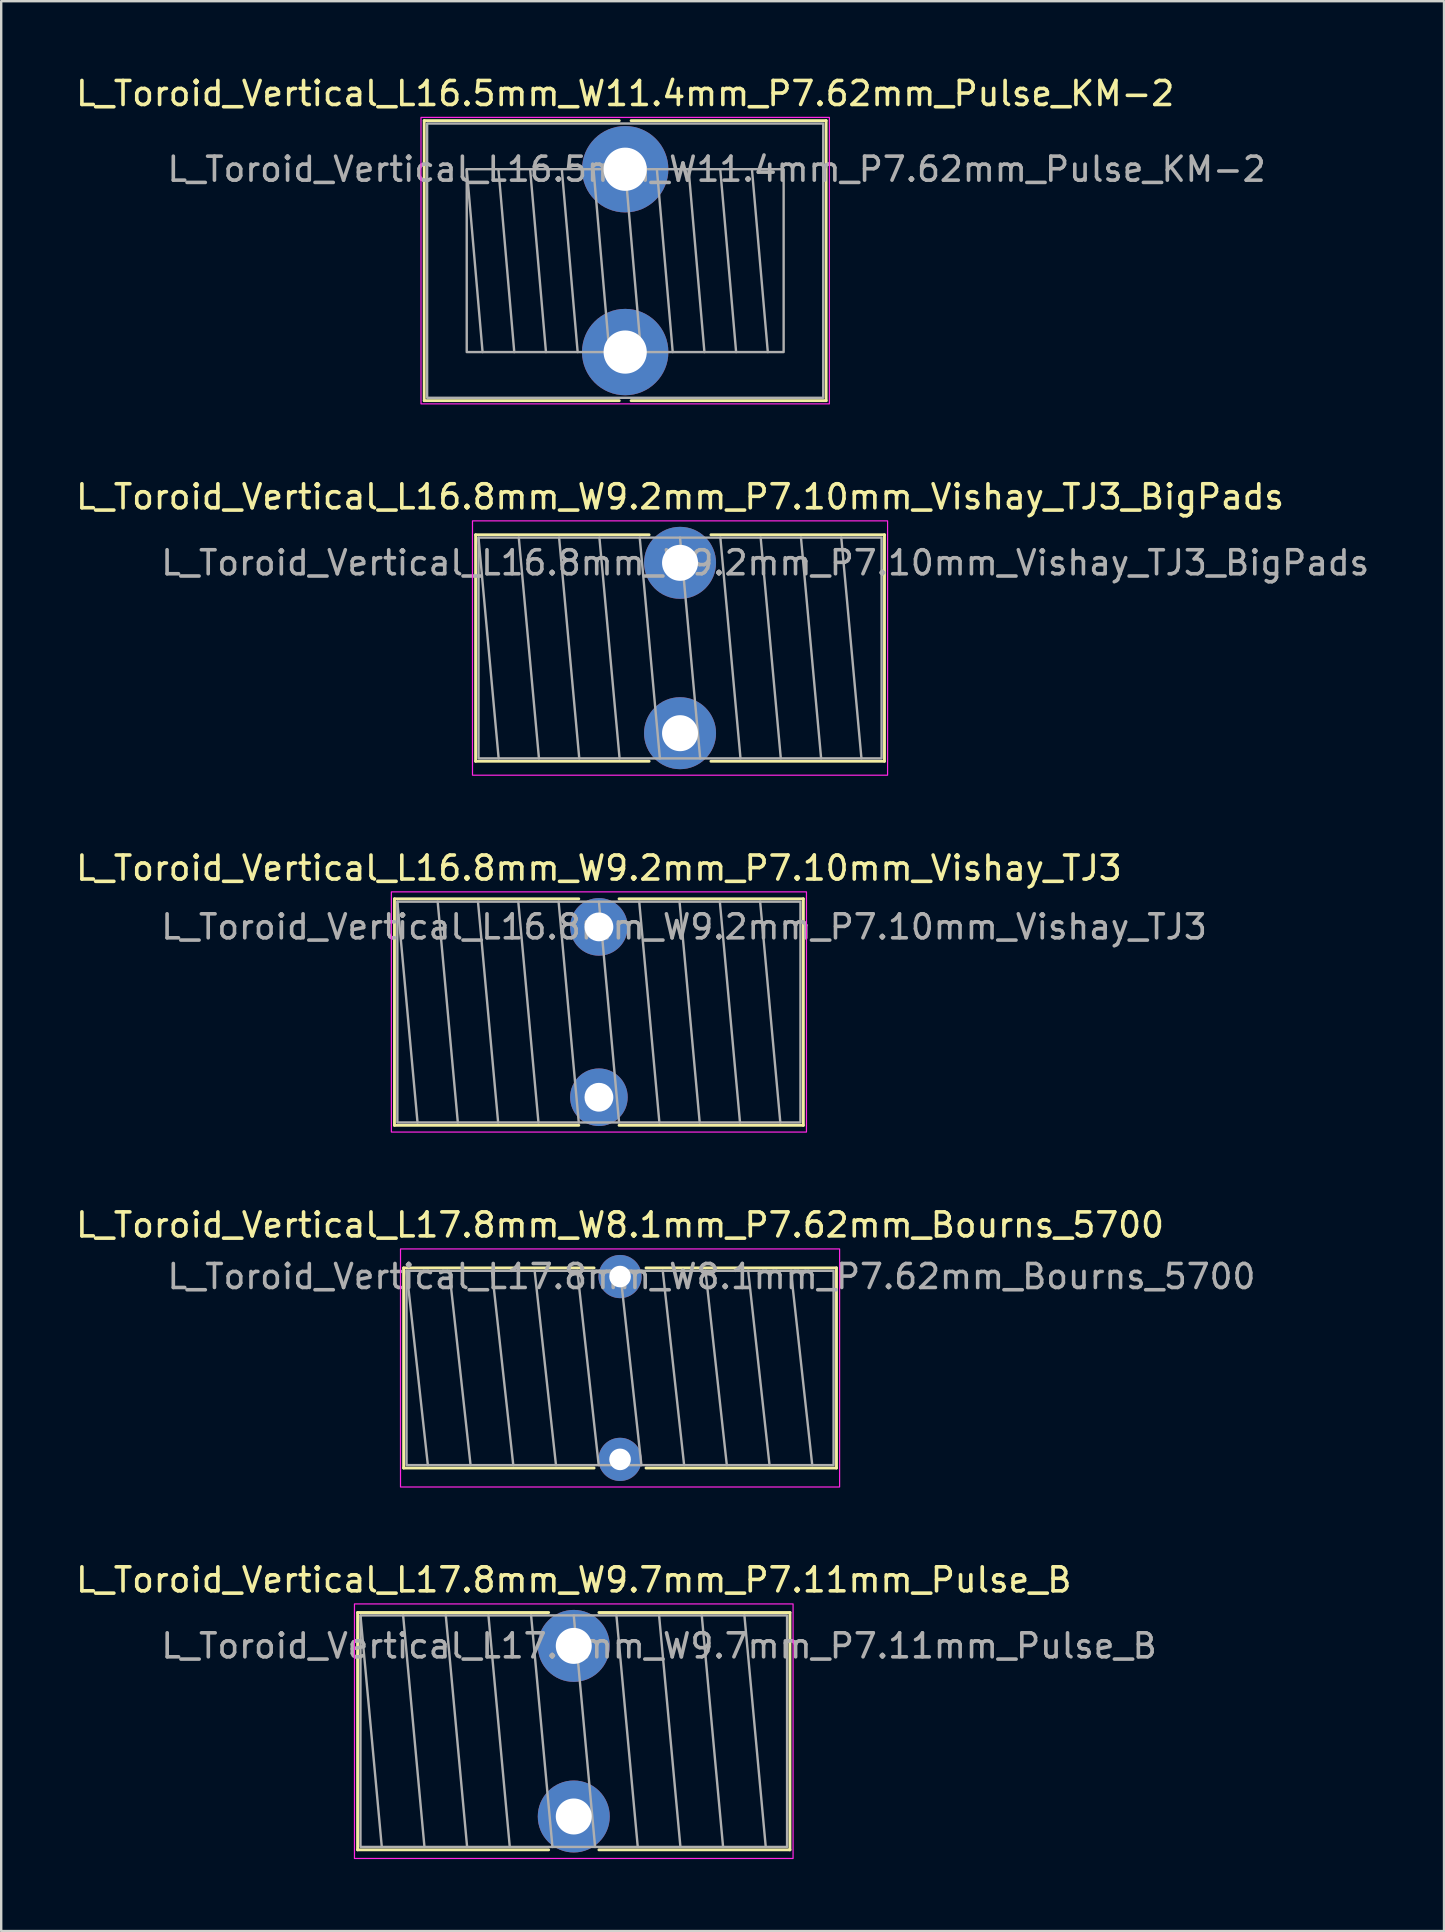
<source format=kicad_pcb>
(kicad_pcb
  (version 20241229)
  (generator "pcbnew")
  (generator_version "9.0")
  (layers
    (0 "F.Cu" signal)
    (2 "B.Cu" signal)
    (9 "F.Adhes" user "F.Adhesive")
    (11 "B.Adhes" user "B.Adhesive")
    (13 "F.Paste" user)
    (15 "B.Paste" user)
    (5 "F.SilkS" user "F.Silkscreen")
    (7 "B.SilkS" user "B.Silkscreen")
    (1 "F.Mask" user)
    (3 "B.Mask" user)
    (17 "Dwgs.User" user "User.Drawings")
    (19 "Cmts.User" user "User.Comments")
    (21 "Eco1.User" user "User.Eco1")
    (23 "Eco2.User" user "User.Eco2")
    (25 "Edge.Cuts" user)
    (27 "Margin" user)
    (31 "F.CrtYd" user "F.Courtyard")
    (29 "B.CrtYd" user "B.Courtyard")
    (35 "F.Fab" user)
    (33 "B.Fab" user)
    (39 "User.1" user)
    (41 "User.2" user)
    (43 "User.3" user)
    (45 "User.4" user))
  (footprint "L_Toroid_Vertical_L16.8mm_W9.2mm_P7.10mm_Vishay_TJ3"
    (layer "F.Cu")
    (at 21.911 35.58)
    (property "Reference" "L_Toroid_Vertical_L16.8mm_W9.2mm_P7.10mm_Vishay_TJ3" (at 0 -2.45 0) (layer "F.SilkS") (effects (font (size 1 1) (thickness 0.15))))
    (attr through_hole)
    (fp_line (start -8.52 -1.17) (end -0.839 -1.17) (stroke (width 0.12) (type solid)) (layer "F.SilkS"))
    (fp_line (start -8.52 8.27) (end -8.52 -1.17) (stroke (width 0.12) (type solid)) (layer "F.SilkS"))
    (fp_line (start -0.839 8.27) (end -8.52 8.27) (stroke (width 0.12) (type solid)) (layer "F.SilkS"))
    (fp_line (start 0.839 -1.17) (end 8.52 -1.17) (stroke (width 0.12) (type solid)) (layer "F.SilkS"))
    (fp_line (start 8.52 -1.17) (end 8.52 8.27) (stroke (width 0.12) (type solid)) (layer "F.SilkS"))
    (fp_line (start 8.52 8.27) (end 0.839 8.27) (stroke (width 0.12) (type solid)) (layer "F.SilkS"))
    (fp_rect (start -8.65 -1.46) (end 8.65 8.55) (stroke (width 0.05) (type solid)) (fill no) (layer "F.CrtYd"))
    (fp_line (start -8.4 -1.05) (end -7.56 8.15) (stroke (width 0.1) (type solid)) (layer "F.Fab"))
    (fp_line (start -6.72 -1.05) (end -5.88 8.15) (stroke (width 0.1) (type solid)) (layer "F.Fab"))
    (fp_line (start -5.04 -1.05) (end -4.2 8.15) (stroke (width 0.1) (type solid)) (layer "F.Fab"))
    (fp_line (start -3.36 -1.05) (end -2.52 8.15) (stroke (width 0.1) (type solid)) (layer "F.Fab"))
    (fp_line (start -1.68 -1.05) (end -0.84 8.15) (stroke (width 0.1) (type solid)) (layer "F.Fab"))
    (fp_line (start 0 -1.05) (end 0.84 8.15) (stroke (width 0.1) (type solid)) (layer "F.Fab"))
    (fp_line (start 1.68 -1.05) (end 2.52 8.15) (stroke (width 0.1) (type solid)) (layer "F.Fab"))
    (fp_line (start 3.36 -1.05) (end 4.2 8.15) (stroke (width 0.1) (type solid)) (layer "F.Fab"))
    (fp_line (start 5.04 -1.05) (end 5.88 8.15) (stroke (width 0.1) (type solid)) (layer "F.Fab"))
    (fp_line (start 6.72 -1.05) (end 7.56 8.15) (stroke (width 0.1) (type solid)) (layer "F.Fab"))
    (fp_rect (start -8.4 -1.05) (end 8.4 8.15) (stroke (width 0.1) (type solid)) (fill no) (layer "F.Fab"))
    (fp_text user "${REFERENCE}" (at 3.55 0 0) (layer "F.Fab") (effects (font (size 1 1) (thickness 0.15))))
    (pad "1" thru_hole circle (at 0 0) (size 2.4 2.4) (drill 1.2) (layers "*.Cu" "*.Mask"))
    (pad "2" thru_hole circle (at 0 7.1) (size 2.4 2.4) (drill 1.2) (layers "*.Cu" "*.Mask")))
  (footprint "L_Toroid_Vertical_L17.8mm_W8.1mm_P7.62mm_Bourns_5700"
    (layer "F.Cu")
    (at 22.792 50.153)
    (property "Reference" "L_Toroid_Vertical_L17.8mm_W8.1mm_P7.62mm_Bourns_5700" (at 0 -2.15 0) (layer "F.SilkS") (effects (font (size 1 1) (thickness 0.15))))
    (attr through_hole)
    (fp_line (start -9.02 -0.36) (end -1.082 -0.36) (stroke (width 0.12) (type solid)) (layer "F.SilkS"))
    (fp_line (start -9.02 7.98) (end -9.02 -0.36) (stroke (width 0.12) (type solid)) (layer "F.SilkS"))
    (fp_line (start -1.082 7.98) (end -9.02 7.98) (stroke (width 0.12) (type solid)) (layer "F.SilkS"))
    (fp_line (start 1.082 -0.36) (end 9.02 -0.36) (stroke (width 0.12) (type solid)) (layer "F.SilkS"))
    (fp_line (start 9.02 -0.36) (end 9.02 7.98) (stroke (width 0.12) (type solid)) (layer "F.SilkS"))
    (fp_line (start 9.02 7.98) (end 1.082 7.98) (stroke (width 0.12) (type solid)) (layer "F.SilkS"))
    (fp_rect (start -9.15 -1.15) (end 9.15 8.77) (stroke (width 0.05) (type solid)) (fill no) (layer "F.CrtYd"))
    (fp_line (start -8.9 -0.24) (end -8.01 7.86) (stroke (width 0.1) (type solid)) (layer "F.Fab"))
    (fp_line (start -7.12 -0.24) (end -6.23 7.86) (stroke (width 0.1) (type solid)) (layer "F.Fab"))
    (fp_line (start -5.34 -0.24) (end -4.45 7.86) (stroke (width 0.1) (type solid)) (layer "F.Fab"))
    (fp_line (start -3.56 -0.24) (end -2.67 7.86) (stroke (width 0.1) (type solid)) (layer "F.Fab"))
    (fp_line (start -1.78 -0.24) (end -0.89 7.86) (stroke (width 0.1) (type solid)) (layer "F.Fab"))
    (fp_line (start 0 -0.24) (end 0.89 7.86) (stroke (width 0.1) (type solid)) (layer "F.Fab"))
    (fp_line (start 1.78 -0.24) (end 2.67 7.86) (stroke (width 0.1) (type solid)) (layer "F.Fab"))
    (fp_line (start 3.56 -0.24) (end 4.45 7.86) (stroke (width 0.1) (type solid)) (layer "F.Fab"))
    (fp_line (start 5.34 -0.24) (end 6.23 7.86) (stroke (width 0.1) (type solid)) (layer "F.Fab"))
    (fp_line (start 7.12 -0.24) (end 8.01 7.86) (stroke (width 0.1) (type solid)) (layer "F.Fab"))
    (fp_rect (start -8.9 -0.24) (end 8.9 7.86) (stroke (width 0.1) (type solid)) (fill no) (layer "F.Fab"))
    (fp_text user "${REFERENCE}" (at 3.81 0 0) (layer "F.Fab") (effects (font (size 1 1) (thickness 0.15))))
    (pad "1" thru_hole circle (at 0 0) (size 1.8 1.8) (drill 0.9) (layers "*.Cu" "*.Mask"))
    (pad "2" thru_hole circle (at 0 7.62) (size 1.8 1.8) (drill 0.9) (layers "*.Cu" "*.Mask")))
  (footprint "L_Toroid_Vertical_L17.8mm_W9.7mm_P7.11mm_Pulse_B"
    (layer "F.Cu")
    (at 20.863 65.546)
    (property "Reference" "L_Toroid_Vertical_L17.8mm_W9.7mm_P7.11mm_Pulse_B" (at 0 -2.75 0) (layer "F.SilkS") (effects (font (size 1 1) (thickness 0.15))))
    (attr through_hole)
    (fp_line (start -9.01 -1.39) (end -1.047 -1.39) (stroke (width 0.12) (type solid)) (layer "F.SilkS"))
    (fp_line (start -9.01 8.5) (end -9.01 -1.39) (stroke (width 0.12) (type solid)) (layer "F.SilkS"))
    (fp_line (start -1.047 8.5) (end -9.01 8.5) (stroke (width 0.12) (type solid)) (layer "F.SilkS"))
    (fp_line (start 1.047 -1.39) (end 9.01 -1.39) (stroke (width 0.12) (type solid)) (layer "F.SilkS"))
    (fp_line (start 9.01 -1.39) (end 9.01 8.5) (stroke (width 0.12) (type solid)) (layer "F.SilkS"))
    (fp_line (start 9.01 8.5) (end 1.047 8.5) (stroke (width 0.12) (type solid)) (layer "F.SilkS"))
    (fp_rect (start -9.14 -1.75) (end 9.14 8.86) (stroke (width 0.05) (type solid)) (fill no) (layer "F.CrtYd"))
    (fp_line (start -8.89 -1.27) (end -8.001 8.38) (stroke (width 0.1) (type solid)) (layer "F.Fab"))
    (fp_line (start -7.112 -1.27) (end -6.223 8.38) (stroke (width 0.1) (type solid)) (layer "F.Fab"))
    (fp_line (start -5.334 -1.27) (end -4.445 8.38) (stroke (width 0.1) (type solid)) (layer "F.Fab"))
    (fp_line (start -3.556 -1.27) (end -2.667 8.38) (stroke (width 0.1) (type solid)) (layer "F.Fab"))
    (fp_line (start -1.778 -1.27) (end -0.889 8.38) (stroke (width 0.1) (type solid)) (layer "F.Fab"))
    (fp_line (start 0 -1.27) (end 0.889 8.38) (stroke (width 0.1) (type solid)) (layer "F.Fab"))
    (fp_line (start 1.778 -1.27) (end 2.667 8.38) (stroke (width 0.1) (type solid)) (layer "F.Fab"))
    (fp_line (start 3.556 -1.27) (end 4.445 8.38) (stroke (width 0.1) (type solid)) (layer "F.Fab"))
    (fp_line (start 5.334 -1.27) (end 6.223 8.38) (stroke (width 0.1) (type solid)) (layer "F.Fab"))
    (fp_line (start 7.112 -1.27) (end 8.001 8.38) (stroke (width 0.1) (type solid)) (layer "F.Fab"))
    (fp_rect (start -8.89 -1.27) (end 8.89 8.38) (stroke (width 0.1) (type solid)) (fill no) (layer "F.Fab"))
    (fp_text user "${REFERENCE}" (at 3.555 0 0) (layer "F.Fab") (effects (font (size 1 1) (thickness 0.15))))
    (pad "1" thru_hole circle (at 0 0) (size 3 3) (drill 1.5) (layers "*.Cu" "*.Mask"))
    (pad "2" thru_hole circle (at 0 7.11) (size 3 3) (drill 1.5) (layers "*.Cu" "*.Mask")))
  (footprint "L_Toroid_Vertical_L16.8mm_W9.2mm_P7.10mm_Vishay_TJ3_BigPads"
    (layer "F.Cu")
    (at 25.292 20.407)
    (property "Reference" "L_Toroid_Vertical_L16.8mm_W9.2mm_P7.10mm_Vishay_TJ3_BigPads" (at 0 -2.75 0) (layer "F.SilkS") (effects (font (size 1 1) (thickness 0.15))))
    (attr through_hole)
    (fp_line (start -8.52 -1.17) (end -1.288 -1.17) (stroke (width 0.12) (type solid)) (layer "F.SilkS"))
    (fp_line (start -8.52 8.27) (end -8.52 -1.17) (stroke (width 0.12) (type solid)) (layer "F.SilkS"))
    (fp_line (start -1.288 8.27) (end -8.52 8.27) (stroke (width 0.12) (type solid)) (layer "F.SilkS"))
    (fp_line (start 1.288 -1.17) (end 8.52 -1.17) (stroke (width 0.12) (type solid)) (layer "F.SilkS"))
    (fp_line (start 8.52 -1.17) (end 8.52 8.27) (stroke (width 0.12) (type solid)) (layer "F.SilkS"))
    (fp_line (start 8.52 8.27) (end 1.288 8.27) (stroke (width 0.12) (type solid)) (layer "F.SilkS"))
    (fp_rect (start -8.65 -1.75) (end 8.65 8.85) (stroke (width 0.05) (type solid)) (fill no) (layer "F.CrtYd"))
    (fp_line (start -8.4 -1.05) (end -7.56 8.15) (stroke (width 0.1) (type solid)) (layer "F.Fab"))
    (fp_line (start -6.72 -1.05) (end -5.88 8.15) (stroke (width 0.1) (type solid)) (layer "F.Fab"))
    (fp_line (start -5.04 -1.05) (end -4.2 8.15) (stroke (width 0.1) (type solid)) (layer "F.Fab"))
    (fp_line (start -3.36 -1.05) (end -2.52 8.15) (stroke (width 0.1) (type solid)) (layer "F.Fab"))
    (fp_line (start -1.68 -1.05) (end -0.84 8.15) (stroke (width 0.1) (type solid)) (layer "F.Fab"))
    (fp_line (start 0 -1.05) (end 0.84 8.15) (stroke (width 0.1) (type solid)) (layer "F.Fab"))
    (fp_line (start 1.68 -1.05) (end 2.52 8.15) (stroke (width 0.1) (type solid)) (layer "F.Fab"))
    (fp_line (start 3.36 -1.05) (end 4.2 8.15) (stroke (width 0.1) (type solid)) (layer "F.Fab"))
    (fp_line (start 5.04 -1.05) (end 5.88 8.15) (stroke (width 0.1) (type solid)) (layer "F.Fab"))
    (fp_line (start 6.72 -1.05) (end 7.56 8.15) (stroke (width 0.1) (type solid)) (layer "F.Fab"))
    (fp_rect (start -8.4 -1.05) (end 8.4 8.15) (stroke (width 0.1) (type solid)) (fill no) (layer "F.Fab"))
    (fp_text user "${REFERENCE}" (at 3.55 0 0) (layer "F.Fab") (effects (font (size 1 1) (thickness 0.15))))
    (pad "1" thru_hole circle (at 0 0) (size 3 3) (drill 1.5) (layers "*.Cu" "*.Mask"))
    (pad "2" thru_hole circle (at 0 7.1) (size 3 3) (drill 1.5) (layers "*.Cu" "*.Mask")))
  (footprint "L_Toroid_Vertical_L16.5mm_W11.4mm_P7.62mm_Pulse_KM-2"
    (layer "F.Cu")
    (at 23.006 4.003)
    (property "Reference" "L_Toroid_Vertical_L16.5mm_W11.4mm_P7.62mm_Pulse_KM-2" (at 0 -3.155 0) (layer "F.SilkS") (effects (font (size 1 1) (thickness 0.15))))
    (attr through_hole)
    (fp_line (start -8.375 -2.025) (end -0.247 -2.025) (stroke (width 0.12) (type solid)) (layer "F.SilkS"))
    (fp_line (start -8.375 9.645) (end -8.375 -2.025) (stroke (width 0.12) (type solid)) (layer "F.SilkS"))
    (fp_line (start -0.247 9.645) (end -8.375 9.645) (stroke (width 0.12) (type solid)) (layer "F.SilkS"))
    (fp_line (start 0.247 -2.025) (end 8.375 -2.025) (stroke (width 0.12) (type solid)) (layer "F.SilkS"))
    (fp_line (start 8.375 -2.025) (end 8.375 9.645) (stroke (width 0.12) (type solid)) (layer "F.SilkS"))
    (fp_line (start 8.375 9.645) (end 0.247 9.645) (stroke (width 0.12) (type solid)) (layer "F.SilkS"))
    (fp_rect (start -8.51 -2.16) (end 8.51 9.78) (stroke (width 0.05) (type solid)) (fill no) (layer "F.CrtYd"))
    (fp_line (start -6.604 0) (end -5.944 7.62) (stroke (width 0.1) (type solid)) (layer "F.Fab"))
    (fp_line (start -5.283 0) (end -4.623 7.62) (stroke (width 0.1) (type solid)) (layer "F.Fab"))
    (fp_line (start -3.962 0) (end -3.302 7.62) (stroke (width 0.1) (type solid)) (layer "F.Fab"))
    (fp_line (start -2.642 0) (end -1.981 7.62) (stroke (width 0.1) (type solid)) (layer "F.Fab"))
    (fp_line (start -1.321 0) (end -0.66 7.62) (stroke (width 0.1) (type solid)) (layer "F.Fab"))
    (fp_line (start 0 0) (end 0.66 7.62) (stroke (width 0.1) (type solid)) (layer "F.Fab"))
    (fp_line (start 1.321 0) (end 1.981 7.62) (stroke (width 0.1) (type solid)) (layer "F.Fab"))
    (fp_line (start 2.642 0) (end 3.302 7.62) (stroke (width 0.1) (type solid)) (layer "F.Fab"))
    (fp_line (start 3.962 0) (end 4.623 7.62) (stroke (width 0.1) (type solid)) (layer "F.Fab"))
    (fp_line (start 5.283 0) (end 5.944 7.62) (stroke (width 0.1) (type solid)) (layer "F.Fab"))
    (fp_rect (start -8.255 -1.905) (end 8.255 9.525) (stroke (width 0.1) (type solid)) (fill no) (layer "F.Fab"))
    (fp_rect (start -6.604 0) (end 6.604 7.62) (stroke (width 0.1) (type solid)) (fill no) (layer "F.Fab"))
    (fp_text user "${REFERENCE}" (at 3.81 0 0) (layer "F.Fab") (effects (font (size 1 1) (thickness 0.15))))
    (pad "1" thru_hole circle (at 0 0) (size 3.6 3.6) (drill 1.8) (layers "*.Cu" "*.Mask"))
    (pad "2" thru_hole circle (at 0 7.62) (size 3.6 3.6) (drill 1.8) (layers "*.Cu" "*.Mask")))
  (gr_rect
    (start -3 -3)
    (end 57.133 77.431)
    (stroke (width 0.1) (type default))
    (fill no)
    (layer "Edge.Cuts")))
</source>
